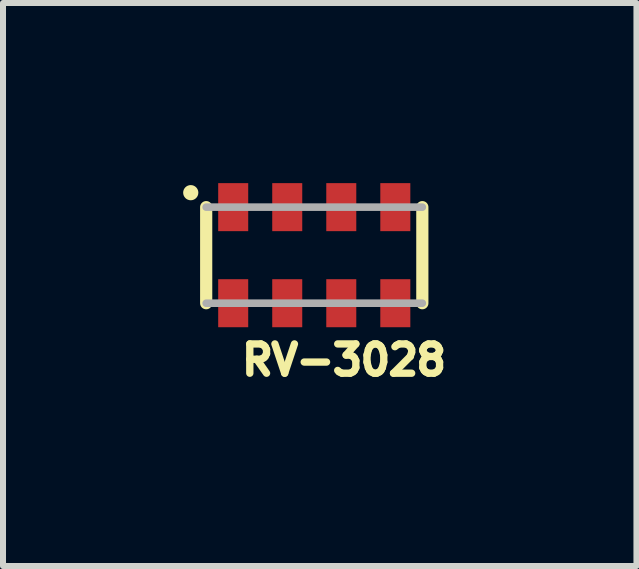
<source format=kicad_pcb>
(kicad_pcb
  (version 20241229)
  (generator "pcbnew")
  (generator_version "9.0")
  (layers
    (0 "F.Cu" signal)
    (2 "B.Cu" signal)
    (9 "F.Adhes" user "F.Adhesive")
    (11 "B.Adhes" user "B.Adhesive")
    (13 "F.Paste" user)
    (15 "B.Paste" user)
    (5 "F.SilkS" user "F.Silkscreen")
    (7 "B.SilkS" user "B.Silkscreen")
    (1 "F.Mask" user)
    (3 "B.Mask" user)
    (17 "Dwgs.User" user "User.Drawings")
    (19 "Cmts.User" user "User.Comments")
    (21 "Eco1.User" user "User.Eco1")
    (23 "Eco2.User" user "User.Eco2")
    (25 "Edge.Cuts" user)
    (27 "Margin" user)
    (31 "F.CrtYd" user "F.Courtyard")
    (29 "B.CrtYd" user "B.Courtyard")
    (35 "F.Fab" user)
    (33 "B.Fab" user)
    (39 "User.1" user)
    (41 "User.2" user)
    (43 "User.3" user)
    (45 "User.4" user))
  (footprint "RV-3028"
    (layer "F.Cu")
    (at 2.184 1.2)
    (property "Reference" "RV-3028" (at -1.27 2.032 0) (unlocked yes) (layer "F.SilkS") (effects (font (size 0.488 0.488) (thickness 0.122)) (justify left bottom)))
    (fp_line (start -1.8 -0.8) (end -1.8 0.8) (stroke (width 0.203) (type solid)) (layer "F.SilkS"))
    (fp_line (start 1.8 0.8) (end 1.8 -0.8) (stroke (width 0.203) (type solid)) (layer "F.SilkS"))
    (fp_circle (center -2.057 -1.041) (end -1.994 -1.041) (stroke (width 0.127) (type solid)) (fill yes) (layer "F.SilkS"))
    (fp_line (start 1.8 -0.8) (end -1.8 -0.8) (stroke (width 0.127) (type solid)) (layer "F.Fab"))
    (fp_line (start 1.8 0.8) (end -1.8 0.8) (stroke (width 0.127) (type solid)) (layer "F.Fab"))
    (pad "1" smd rect (at -1.35 0.8) (size 0.5 0.8) (layers "F.Cu" "F.Mask" "F.Paste"))
    (pad "2" smd rect (at -0.45 0.8) (size 0.5 0.8) (layers "F.Cu" "F.Mask" "F.Paste"))
    (pad "3" smd rect (at 0.45 0.8) (size 0.5 0.8) (layers "F.Cu" "F.Mask" "F.Paste"))
    (pad "4" smd rect (at 1.35 0.8) (size 0.5 0.8) (layers "F.Cu" "F.Mask" "F.Paste"))
    (pad "5" smd rect (at 1.35 -0.8) (size 0.5 0.8) (layers "F.Cu" "F.Mask" "F.Paste"))
    (pad "6" smd rect (at 0.45 -0.8) (size 0.5 0.8) (layers "F.Cu" "F.Mask" "F.Paste"))
    (pad "7" smd rect (at -0.45 -0.8) (size 0.5 0.8) (layers "F.Cu" "F.Mask" "F.Paste"))
    (pad "8" smd rect (at -1.35 -0.8) (size 0.5 0.8) (layers "F.Cu" "F.Mask" "F.Paste")))
  (gr_rect
    (start -3 -3)
    (end 7.55 6.377)
    (stroke (width 0.1) (type default))
    (fill no)
    (layer "Edge.Cuts")))
</source>
